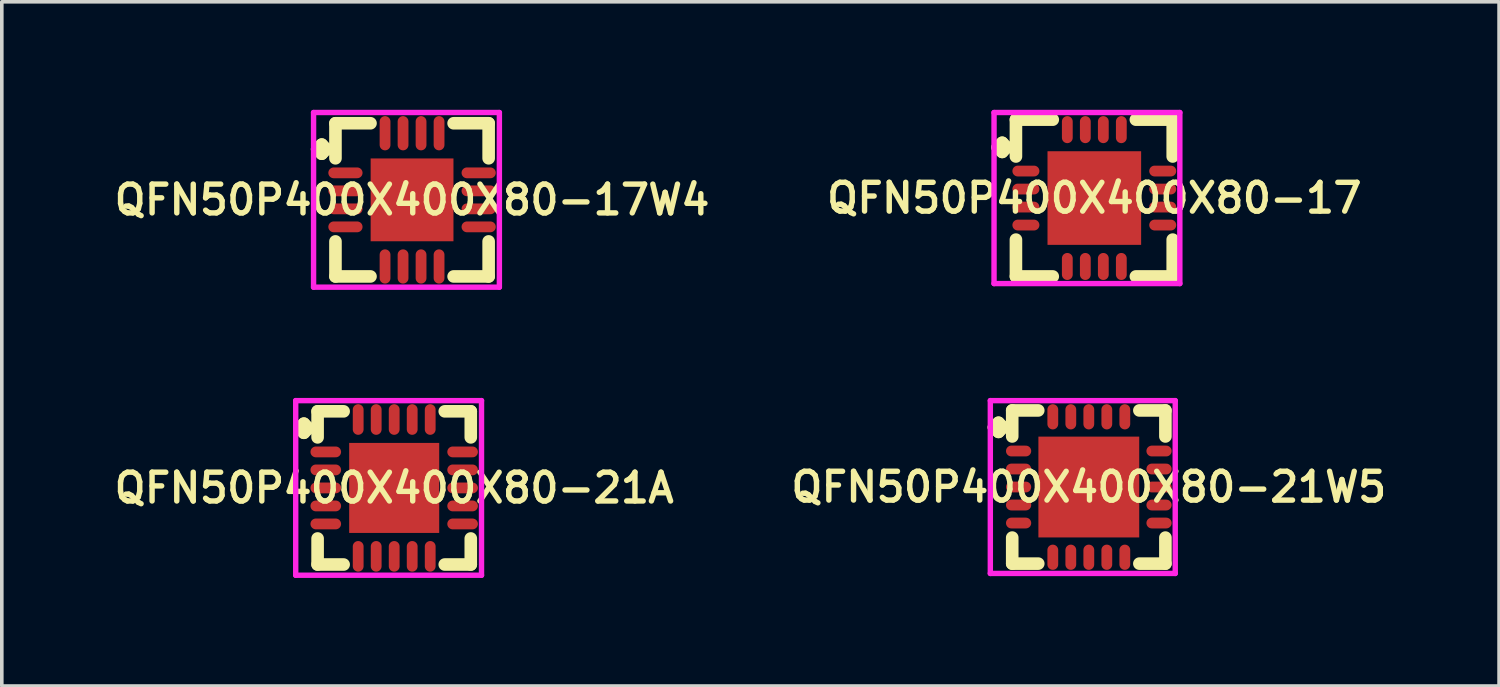
<source format=kicad_pcb>
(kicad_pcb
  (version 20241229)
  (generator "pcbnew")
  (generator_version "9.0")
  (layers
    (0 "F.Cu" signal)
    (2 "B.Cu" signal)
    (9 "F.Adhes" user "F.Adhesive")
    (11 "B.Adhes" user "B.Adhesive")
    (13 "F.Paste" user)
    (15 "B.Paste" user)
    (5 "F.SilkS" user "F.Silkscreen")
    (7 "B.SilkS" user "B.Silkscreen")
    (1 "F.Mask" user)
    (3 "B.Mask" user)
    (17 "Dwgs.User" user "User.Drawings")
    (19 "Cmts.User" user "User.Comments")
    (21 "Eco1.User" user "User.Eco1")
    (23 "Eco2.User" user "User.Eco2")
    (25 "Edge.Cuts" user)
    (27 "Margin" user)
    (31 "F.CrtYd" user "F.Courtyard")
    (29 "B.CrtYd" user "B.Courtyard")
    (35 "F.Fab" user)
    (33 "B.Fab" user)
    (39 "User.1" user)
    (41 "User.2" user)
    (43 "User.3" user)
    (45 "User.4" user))
  (footprint "QFN50P400X400X80-21W5"
    (layer "F.Cu")
    (at 27.187 10.475)
    (property "Reference" "QFN50P400X400X80-21W5" (at 0 0 0) (layer "F.SilkS") (effects (font (size 0.8 0.8) (thickness 0.15))))
    (attr smd)
    (fp_line (start -2.635 -1.658) (end -2.508 -1.785) (stroke (width 0.35) (type solid)) (layer "F.SilkS"))
    (fp_line (start -2.508 -1.785) (end -2.381 -1.658) (stroke (width 0.35) (type solid)) (layer "F.SilkS"))
    (fp_line (start -2.508 -1.531) (end -2.635 -1.658) (stroke (width 0.35) (type solid)) (layer "F.SilkS"))
    (fp_line (start -2.381 -1.658) (end -2.508 -1.531) (stroke (width 0.35) (type solid)) (layer "F.SilkS"))
    (fp_line (start -2.127 -2.127) (end -1.404 -2.127) (stroke (width 0.35) (type solid)) (layer "F.SilkS"))
    (fp_line (start -2.127 -1.404) (end -2.127 -2.127) (stroke (width 0.35) (type solid)) (layer "F.SilkS"))
    (fp_line (start -2.127 1.404) (end -2.127 2.127) (stroke (width 0.35) (type solid)) (layer "F.SilkS"))
    (fp_line (start -2.127 2.127) (end -1.404 2.127) (stroke (width 0.35) (type solid)) (layer "F.SilkS"))
    (fp_line (start 1.404 -2.127) (end 2.127 -2.127) (stroke (width 0.35) (type solid)) (layer "F.SilkS"))
    (fp_line (start 1.404 2.127) (end 2.127 2.127) (stroke (width 0.35) (type solid)) (layer "F.SilkS"))
    (fp_line (start 2.127 -2.127) (end 2.127 -1.404) (stroke (width 0.35) (type solid)) (layer "F.SilkS"))
    (fp_line (start 2.127 2.127) (end 2.127 1.404) (stroke (width 0.35) (type solid)) (layer "F.SilkS"))
    (fp_line (start -2.735 -2.4) (end 2.4 -2.4) (stroke (width 0.15) (type solid)) (layer "F.CrtYd"))
    (fp_line (start -2.735 2.4) (end -2.735 -2.4) (stroke (width 0.15) (type solid)) (layer "F.CrtYd"))
    (fp_line (start 2.4 -2.4) (end 2.4 2.4) (stroke (width 0.15) (type solid)) (layer "F.CrtYd"))
    (fp_line (start 2.4 2.4) (end -2.735 2.4) (stroke (width 0.15) (type solid)) (layer "F.CrtYd"))
    (pad "1" smd oval (at -1.95 -1) (size 0.7 0.3) (layers "F.Cu" "F.Mask" "F.Paste"))
    (pad "2" smd oval (at -1.95 -0.5) (size 0.7 0.3) (layers "F.Cu" "F.Mask" "F.Paste"))
    (pad "3" smd oval (at -1.95 0) (size 0.7 0.3) (layers "F.Cu" "F.Mask" "F.Paste"))
    (pad "4" smd oval (at -1.95 0.5) (size 0.7 0.3) (layers "F.Cu" "F.Mask" "F.Paste"))
    (pad "5" smd oval (at -1.95 1) (size 0.7 0.3) (layers "F.Cu" "F.Mask" "F.Paste"))
    (pad "6" smd oval (at -1 1.95) (size 0.3 0.7) (layers "F.Cu" "F.Mask" "F.Paste"))
    (pad "7" smd oval (at -0.5 1.95) (size 0.3 0.7) (layers "F.Cu" "F.Mask" "F.Paste"))
    (pad "8" smd oval (at 0 1.95) (size 0.3 0.7) (layers "F.Cu" "F.Mask" "F.Paste"))
    (pad "9" smd oval (at 0.5 1.95) (size 0.3 0.7) (layers "F.Cu" "F.Mask" "F.Paste"))
    (pad "10" smd oval (at 1 1.95) (size 0.3 0.7) (layers "F.Cu" "F.Mask" "F.Paste"))
    (pad "11" smd oval (at 1.95 1) (size 0.7 0.3) (layers "F.Cu" "F.Mask" "F.Paste"))
    (pad "12" smd oval (at 1.95 0.5) (size 0.7 0.3) (layers "F.Cu" "F.Mask" "F.Paste"))
    (pad "13" smd oval (at 1.95 0) (size 0.7 0.3) (layers "F.Cu" "F.Mask" "F.Paste"))
    (pad "14" smd oval (at 1.95 -0.5) (size 0.7 0.3) (layers "F.Cu" "F.Mask" "F.Paste"))
    (pad "15" smd oval (at 1.95 -1) (size 0.7 0.3) (layers "F.Cu" "F.Mask" "F.Paste"))
    (pad "16" smd oval (at 1 -1.95) (size 0.3 0.7) (layers "F.Cu" "F.Mask" "F.Paste"))
    (pad "17" smd oval (at 0.5 -1.95) (size 0.3 0.7) (layers "F.Cu" "F.Mask" "F.Paste"))
    (pad "18" smd oval (at 0 -1.95) (size 0.3 0.7) (layers "F.Cu" "F.Mask" "F.Paste"))
    (pad "19" smd oval (at -0.5 -1.95) (size 0.3 0.7) (layers "F.Cu" "F.Mask" "F.Paste"))
    (pad "20" smd oval (at -1 -1.95) (size 0.3 0.7) (layers "F.Cu" "F.Mask" "F.Paste"))
    (pad "21" smd rect (at 0 0) (size 2.8 2.8) (layers "F.Cu" "F.Mask" "F.Paste")))
  (footprint "QFN50P400X400X80-17W4"
    (layer "F.Cu")
    (at 8.393 2.5)
    (property "Reference" "QFN50P400X400X80-17W4" (at 0 0 0) (layer "F.SilkS") (effects (font (size 0.8 0.8) (thickness 0.15))))
    (attr smd)
    (fp_line (start -2.635 -1.408) (end -2.508 -1.535) (stroke (width 0.35) (type solid)) (layer "F.SilkS"))
    (fp_line (start -2.508 -1.535) (end -2.381 -1.408) (stroke (width 0.35) (type solid)) (layer "F.SilkS"))
    (fp_line (start -2.508 -1.281) (end -2.635 -1.408) (stroke (width 0.35) (type solid)) (layer "F.SilkS"))
    (fp_line (start -2.381 -1.408) (end -2.508 -1.281) (stroke (width 0.35) (type solid)) (layer "F.SilkS"))
    (fp_line (start -2.127 -2.127) (end -1.154 -2.127) (stroke (width 0.35) (type solid)) (layer "F.SilkS"))
    (fp_line (start -2.127 -1.154) (end -2.127 -2.127) (stroke (width 0.35) (type solid)) (layer "F.SilkS"))
    (fp_line (start -2.127 1.154) (end -2.127 2.127) (stroke (width 0.35) (type solid)) (layer "F.SilkS"))
    (fp_line (start -2.127 2.127) (end -1.154 2.127) (stroke (width 0.35) (type solid)) (layer "F.SilkS"))
    (fp_line (start 1.154 -2.127) (end 2.127 -2.127) (stroke (width 0.35) (type solid)) (layer "F.SilkS"))
    (fp_line (start 1.154 2.127) (end 2.127 2.127) (stroke (width 0.35) (type solid)) (layer "F.SilkS"))
    (fp_line (start 2.127 -2.127) (end 2.127 -1.154) (stroke (width 0.35) (type solid)) (layer "F.SilkS"))
    (fp_line (start 2.127 2.127) (end 2.127 1.154) (stroke (width 0.35) (type solid)) (layer "F.SilkS"))
    (fp_line (start -2.735 -2.425) (end 2.425 -2.425) (stroke (width 0.15) (type solid)) (layer "F.CrtYd"))
    (fp_line (start -2.735 2.425) (end -2.735 -2.425) (stroke (width 0.15) (type solid)) (layer "F.CrtYd"))
    (fp_line (start 2.425 -2.425) (end 2.425 2.425) (stroke (width 0.15) (type solid)) (layer "F.CrtYd"))
    (fp_line (start 2.425 2.425) (end -2.735 2.425) (stroke (width 0.15) (type solid)) (layer "F.CrtYd"))
    (pad "1" smd oval (at -1.85 -0.75) (size 0.95 0.3) (layers "F.Cu" "F.Mask" "F.Paste"))
    (pad "2" smd oval (at -1.85 -0.25) (size 0.95 0.3) (layers "F.Cu" "F.Mask" "F.Paste"))
    (pad "3" smd oval (at -1.85 0.25) (size 0.95 0.3) (layers "F.Cu" "F.Mask" "F.Paste"))
    (pad "4" smd oval (at -1.85 0.75) (size 0.95 0.3) (layers "F.Cu" "F.Mask" "F.Paste"))
    (pad "5" smd oval (at -0.75 1.85) (size 0.3 0.95) (layers "F.Cu" "F.Mask" "F.Paste"))
    (pad "6" smd oval (at -0.25 1.85) (size 0.3 0.95) (layers "F.Cu" "F.Mask" "F.Paste"))
    (pad "7" smd oval (at 0.25 1.85) (size 0.3 0.95) (layers "F.Cu" "F.Mask" "F.Paste"))
    (pad "8" smd oval (at 0.75 1.85) (size 0.3 0.95) (layers "F.Cu" "F.Mask" "F.Paste"))
    (pad "9" smd oval (at 1.85 0.75) (size 0.95 0.3) (layers "F.Cu" "F.Mask" "F.Paste"))
    (pad "10" smd oval (at 1.85 0.25) (size 0.95 0.3) (layers "F.Cu" "F.Mask" "F.Paste"))
    (pad "11" smd oval (at 1.85 -0.25) (size 0.95 0.3) (layers "F.Cu" "F.Mask" "F.Paste"))
    (pad "12" smd oval (at 1.85 -0.75) (size 0.95 0.3) (layers "F.Cu" "F.Mask" "F.Paste"))
    (pad "13" smd oval (at 0.75 -1.85) (size 0.3 0.95) (layers "F.Cu" "F.Mask" "F.Paste"))
    (pad "14" smd oval (at 0.25 -1.85) (size 0.3 0.95) (layers "F.Cu" "F.Mask" "F.Paste"))
    (pad "15" smd oval (at -0.25 -1.85) (size 0.3 0.95) (layers "F.Cu" "F.Mask" "F.Paste"))
    (pad "16" smd oval (at -0.75 -1.85) (size 0.3 0.95) (layers "F.Cu" "F.Mask" "F.Paste"))
    (pad "17" smd rect (at 0 0) (size 2.3 2.3) (layers "F.Cu" "F.Mask" "F.Paste")))
  (footprint "QFN50P400X400X80-21A"
    (layer "F.Cu")
    (at 7.897 10.5)
    (property "Reference" "QFN50P400X400X80-21A" (at 0 0 0) (layer "F.SilkS") (effects (font (size 0.8 0.8) (thickness 0.15))))
    (attr smd)
    (fp_line (start -2.635 -1.658) (end -2.508 -1.785) (stroke (width 0.35) (type solid)) (layer "F.SilkS"))
    (fp_line (start -2.508 -1.785) (end -2.381 -1.658) (stroke (width 0.35) (type solid)) (layer "F.SilkS"))
    (fp_line (start -2.508 -1.531) (end -2.635 -1.658) (stroke (width 0.35) (type solid)) (layer "F.SilkS"))
    (fp_line (start -2.381 -1.658) (end -2.508 -1.531) (stroke (width 0.35) (type solid)) (layer "F.SilkS"))
    (fp_line (start -2.127 -2.127) (end -1.404 -2.127) (stroke (width 0.35) (type solid)) (layer "F.SilkS"))
    (fp_line (start -2.127 -1.404) (end -2.127 -2.127) (stroke (width 0.35) (type solid)) (layer "F.SilkS"))
    (fp_line (start -2.127 1.404) (end -2.127 2.127) (stroke (width 0.35) (type solid)) (layer "F.SilkS"))
    (fp_line (start -2.127 2.127) (end -1.404 2.127) (stroke (width 0.35) (type solid)) (layer "F.SilkS"))
    (fp_line (start 1.404 -2.127) (end 2.127 -2.127) (stroke (width 0.35) (type solid)) (layer "F.SilkS"))
    (fp_line (start 1.404 2.127) (end 2.127 2.127) (stroke (width 0.35) (type solid)) (layer "F.SilkS"))
    (fp_line (start 2.127 -2.127) (end 2.127 -1.404) (stroke (width 0.35) (type solid)) (layer "F.SilkS"))
    (fp_line (start 2.127 2.127) (end 2.127 1.404) (stroke (width 0.35) (type solid)) (layer "F.SilkS"))
    (fp_line (start -2.735 -2.425) (end 2.425 -2.425) (stroke (width 0.15) (type solid)) (layer "F.CrtYd"))
    (fp_line (start -2.735 2.425) (end -2.735 -2.425) (stroke (width 0.15) (type solid)) (layer "F.CrtYd"))
    (fp_line (start 2.425 -2.425) (end 2.425 2.425) (stroke (width 0.15) (type solid)) (layer "F.CrtYd"))
    (fp_line (start 2.425 2.425) (end -2.735 2.425) (stroke (width 0.15) (type solid)) (layer "F.CrtYd"))
    (pad "1" smd oval (at -1.9 -1) (size 0.85 0.3) (layers "F.Cu" "F.Mask" "F.Paste"))
    (pad "2" smd oval (at -1.9 -0.5) (size 0.85 0.3) (layers "F.Cu" "F.Mask" "F.Paste"))
    (pad "3" smd oval (at -1.9 0) (size 0.85 0.3) (layers "F.Cu" "F.Mask" "F.Paste"))
    (pad "4" smd oval (at -1.9 0.5) (size 0.85 0.3) (layers "F.Cu" "F.Mask" "F.Paste"))
    (pad "5" smd oval (at -1.9 1) (size 0.85 0.3) (layers "F.Cu" "F.Mask" "F.Paste"))
    (pad "6" smd oval (at -1 1.9) (size 0.3 0.85) (layers "F.Cu" "F.Mask" "F.Paste"))
    (pad "7" smd oval (at -0.5 1.9) (size 0.3 0.85) (layers "F.Cu" "F.Mask" "F.Paste"))
    (pad "8" smd oval (at 0 1.9) (size 0.3 0.85) (layers "F.Cu" "F.Mask" "F.Paste"))
    (pad "9" smd oval (at 0.5 1.9) (size 0.3 0.85) (layers "F.Cu" "F.Mask" "F.Paste"))
    (pad "10" smd oval (at 1 1.9) (size 0.3 0.85) (layers "F.Cu" "F.Mask" "F.Paste"))
    (pad "11" smd oval (at 1.9 1) (size 0.85 0.3) (layers "F.Cu" "F.Mask" "F.Paste"))
    (pad "12" smd oval (at 1.9 0.5) (size 0.85 0.3) (layers "F.Cu" "F.Mask" "F.Paste"))
    (pad "13" smd oval (at 1.9 0) (size 0.85 0.3) (layers "F.Cu" "F.Mask" "F.Paste"))
    (pad "14" smd oval (at 1.9 -0.5) (size 0.85 0.3) (layers "F.Cu" "F.Mask" "F.Paste"))
    (pad "15" smd oval (at 1.9 -1) (size 0.85 0.3) (layers "F.Cu" "F.Mask" "F.Paste"))
    (pad "16" smd oval (at 1 -1.9) (size 0.3 0.85) (layers "F.Cu" "F.Mask" "F.Paste"))
    (pad "17" smd oval (at 0.5 -1.9) (size 0.3 0.85) (layers "F.Cu" "F.Mask" "F.Paste"))
    (pad "18" smd oval (at 0 -1.9) (size 0.3 0.85) (layers "F.Cu" "F.Mask" "F.Paste"))
    (pad "19" smd oval (at -0.5 -1.9) (size 0.3 0.85) (layers "F.Cu" "F.Mask" "F.Paste"))
    (pad "20" smd oval (at -1 -1.9) (size 0.3 0.85) (layers "F.Cu" "F.Mask" "F.Paste"))
    (pad "21" smd rect (at 0 0) (size 2.5 2.5) (layers "F.Cu" "F.Mask" "F.Paste")))
  (footprint "QFN50P400X400X80-17"
    (layer "F.Cu")
    (at 27.34 2.45)
    (property "Reference" "QFN50P400X400X80-17" (at 0 0 0) (layer "F.SilkS") (effects (font (size 0.8 0.8) (thickness 0.15))))
    (attr smd)
    (fp_line (start -2.685 -1.408) (end -2.558 -1.535) (stroke (width 0.35) (type solid)) (layer "F.SilkS"))
    (fp_line (start -2.558 -1.535) (end -2.431 -1.408) (stroke (width 0.35) (type solid)) (layer "F.SilkS"))
    (fp_line (start -2.558 -1.281) (end -2.685 -1.408) (stroke (width 0.35) (type solid)) (layer "F.SilkS"))
    (fp_line (start -2.431 -1.408) (end -2.558 -1.281) (stroke (width 0.35) (type solid)) (layer "F.SilkS"))
    (fp_line (start -2.177 -2.177) (end -1.154 -2.177) (stroke (width 0.35) (type solid)) (layer "F.SilkS"))
    (fp_line (start -2.177 -1.154) (end -2.177 -2.177) (stroke (width 0.35) (type solid)) (layer "F.SilkS"))
    (fp_line (start -2.177 1.154) (end -2.177 2.177) (stroke (width 0.35) (type solid)) (layer "F.SilkS"))
    (fp_line (start -2.177 2.177) (end -1.154 2.177) (stroke (width 0.35) (type solid)) (layer "F.SilkS"))
    (fp_line (start 1.154 -2.177) (end 2.177 -2.177) (stroke (width 0.35) (type solid)) (layer "F.SilkS"))
    (fp_line (start 1.154 2.177) (end 2.177 2.177) (stroke (width 0.35) (type solid)) (layer "F.SilkS"))
    (fp_line (start 2.177 -2.177) (end 2.177 -1.154) (stroke (width 0.35) (type solid)) (layer "F.SilkS"))
    (fp_line (start 2.177 2.177) (end 2.177 1.154) (stroke (width 0.35) (type solid)) (layer "F.SilkS"))
    (fp_line (start -2.785 -2.375) (end 2.375 -2.375) (stroke (width 0.15) (type solid)) (layer "F.CrtYd"))
    (fp_line (start -2.785 2.375) (end -2.785 -2.375) (stroke (width 0.15) (type solid)) (layer "F.CrtYd"))
    (fp_line (start 2.375 -2.375) (end 2.375 2.375) (stroke (width 0.15) (type solid)) (layer "F.CrtYd"))
    (fp_line (start 2.375 2.375) (end -2.785 2.375) (stroke (width 0.15) (type solid)) (layer "F.CrtYd"))
    (pad "1" smd oval (at -1.9 -0.75) (size 0.75 0.3) (layers "F.Cu" "F.Mask" "F.Paste"))
    (pad "2" smd oval (at -1.9 -0.25) (size 0.75 0.3) (layers "F.Cu" "F.Mask" "F.Paste"))
    (pad "3" smd oval (at -1.9 0.25) (size 0.75 0.3) (layers "F.Cu" "F.Mask" "F.Paste"))
    (pad "4" smd oval (at -1.9 0.75) (size 0.75 0.3) (layers "F.Cu" "F.Mask" "F.Paste"))
    (pad "5" smd oval (at -0.75 1.9) (size 0.3 0.75) (layers "F.Cu" "F.Mask" "F.Paste"))
    (pad "6" smd oval (at -0.25 1.9) (size 0.3 0.75) (layers "F.Cu" "F.Mask" "F.Paste"))
    (pad "7" smd oval (at 0.25 1.9) (size 0.3 0.75) (layers "F.Cu" "F.Mask" "F.Paste"))
    (pad "8" smd oval (at 0.75 1.9) (size 0.3 0.75) (layers "F.Cu" "F.Mask" "F.Paste"))
    (pad "9" smd oval (at 1.9 0.75) (size 0.75 0.3) (layers "F.Cu" "F.Mask" "F.Paste"))
    (pad "10" smd oval (at 1.9 0.25) (size 0.75 0.3) (layers "F.Cu" "F.Mask" "F.Paste"))
    (pad "11" smd oval (at 1.9 -0.25) (size 0.75 0.3) (layers "F.Cu" "F.Mask" "F.Paste"))
    (pad "12" smd oval (at 1.9 -0.75) (size 0.75 0.3) (layers "F.Cu" "F.Mask" "F.Paste"))
    (pad "13" smd oval (at 0.75 -1.9) (size 0.3 0.75) (layers "F.Cu" "F.Mask" "F.Paste"))
    (pad "14" smd oval (at 0.25 -1.9) (size 0.3 0.75) (layers "F.Cu" "F.Mask" "F.Paste"))
    (pad "15" smd oval (at -0.25 -1.9) (size 0.3 0.75) (layers "F.Cu" "F.Mask" "F.Paste"))
    (pad "16" smd oval (at -0.75 -1.9) (size 0.3 0.75) (layers "F.Cu" "F.Mask" "F.Paste"))
    (pad "17" smd rect (at 0 0) (size 2.6 2.6) (layers "F.Cu" "F.Mask" "F.Paste")))
  (gr_rect
    (start -3 -3)
    (end 38.58 16)
    (stroke (width 0.1) (type default))
    (fill no)
    (layer "Edge.Cuts")))
</source>
